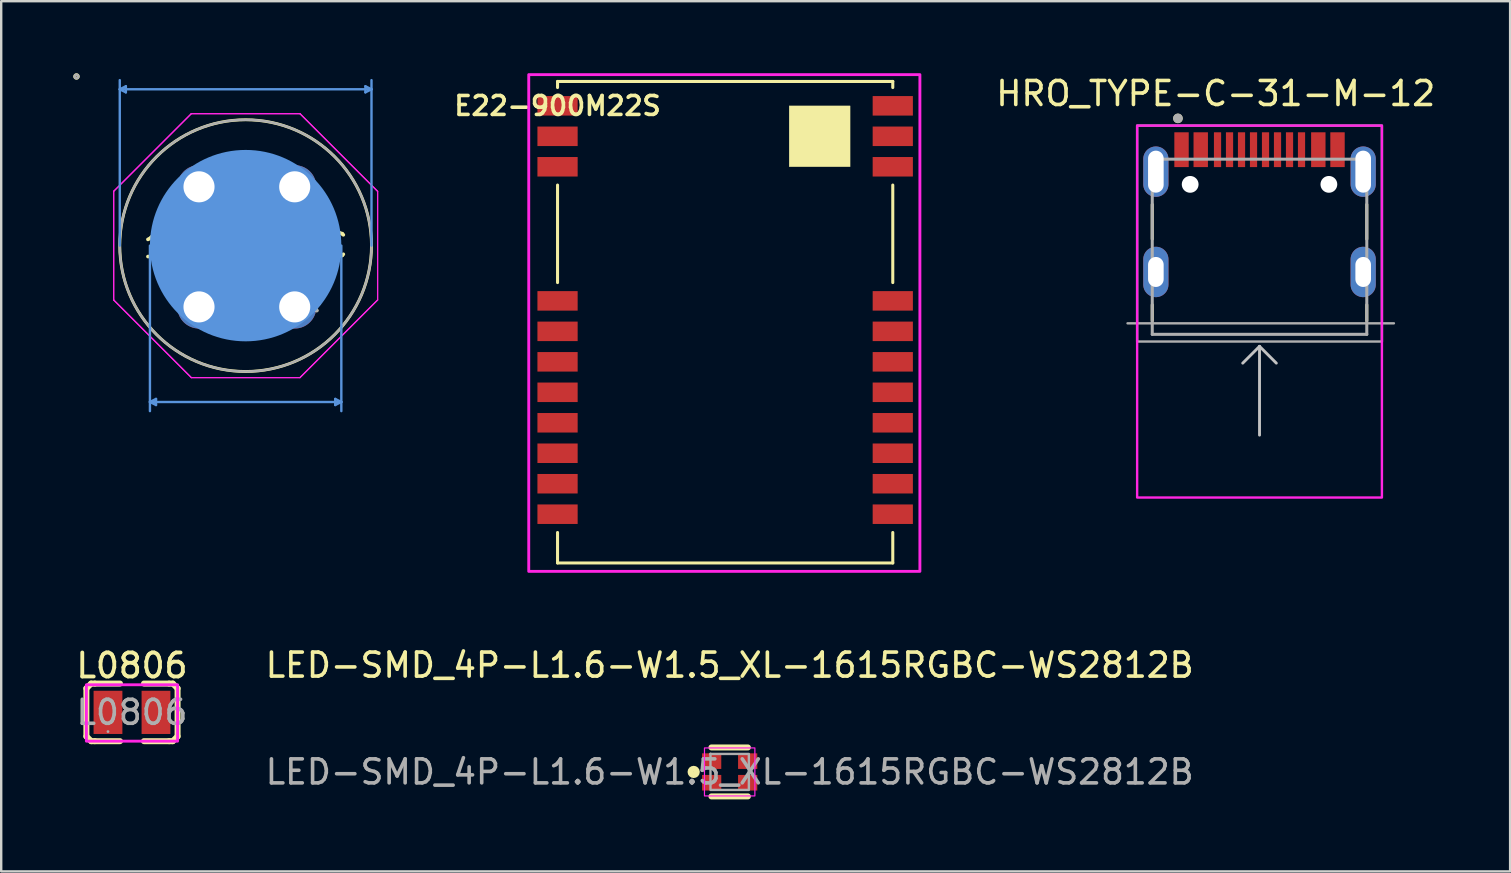
<source format=kicad_pcb>
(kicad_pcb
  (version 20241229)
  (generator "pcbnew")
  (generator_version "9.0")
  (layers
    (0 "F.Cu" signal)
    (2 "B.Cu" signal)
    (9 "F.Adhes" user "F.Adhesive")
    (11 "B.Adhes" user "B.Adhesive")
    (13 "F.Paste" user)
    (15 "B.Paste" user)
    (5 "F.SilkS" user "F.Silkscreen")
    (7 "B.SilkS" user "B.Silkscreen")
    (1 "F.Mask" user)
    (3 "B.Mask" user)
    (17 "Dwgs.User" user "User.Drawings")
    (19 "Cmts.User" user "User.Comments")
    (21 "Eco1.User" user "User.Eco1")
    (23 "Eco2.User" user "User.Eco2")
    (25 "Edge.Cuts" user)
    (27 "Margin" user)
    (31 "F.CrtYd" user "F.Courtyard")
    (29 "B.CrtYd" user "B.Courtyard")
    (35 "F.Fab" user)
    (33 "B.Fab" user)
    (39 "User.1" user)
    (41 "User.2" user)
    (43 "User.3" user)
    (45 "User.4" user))
  (footprint "L0806"
    (layer "F.Cu")
    (at 2.45 26.636)
    (property "Reference" "L0806" (at 0 -1.95 0) (layer "F.SilkS") (effects (font (size 1 1) (thickness 0.16))))
    (attr smd)
    (fp_line (start -1.9 -1) (end -1.9 1) (stroke (width 0.25) (type solid)) (layer "F.SilkS"))
    (fp_line (start -1.7 -1.2) (end -1.9 -1) (stroke (width 0.25) (type solid)) (layer "F.SilkS"))
    (fp_line (start -1.7 1.2) (end -1.9 1) (stroke (width 0.25) (type solid)) (layer "F.SilkS"))
    (fp_line (start -1.55 -1.2) (end -1.7 -1.2) (stroke (width 0.25) (type solid)) (layer "F.SilkS"))
    (fp_line (start -1.55 1.2) (end -1.7 1.2) (stroke (width 0.25) (type solid)) (layer "F.SilkS"))
    (fp_line (start -0.5 -1.2) (end -1.55 -1.2) (stroke (width 0.25) (type solid)) (layer "F.SilkS"))
    (fp_line (start -0.5 1.2) (end -1.55 1.2) (stroke (width 0.25) (type solid)) (layer "F.SilkS"))
    (fp_line (start 0.5 -1.2) (end 1.55 -1.2) (stroke (width 0.25) (type solid)) (layer "F.SilkS"))
    (fp_line (start 0.5 1.2) (end 1.55 1.2) (stroke (width 0.25) (type solid)) (layer "F.SilkS"))
    (fp_line (start 1.55 -1.2) (end 1.7 -1.2) (stroke (width 0.25) (type solid)) (layer "F.SilkS"))
    (fp_line (start 1.55 1.2) (end 1.7 1.2) (stroke (width 0.25) (type solid)) (layer "F.SilkS"))
    (fp_line (start 1.7 -1.2) (end 1.9 -1) (stroke (width 0.25) (type solid)) (layer "F.SilkS"))
    (fp_line (start 1.7 1.2) (end 1.9 1) (stroke (width 0.25) (type solid)) (layer "F.SilkS"))
    (fp_line (start 1.9 -1) (end 1.9 1) (stroke (width 0.25) (type solid)) (layer "F.SilkS"))
    (fp_rect (start -1.9 -1.15) (end 1.9 1.2) (stroke (width 0.12) (type default)) (fill no) (layer "F.CrtYd"))
    (fp_circle (center -1 0.8) (end -0.97 0.8) (stroke (width 0.06) (type solid)) (fill no) (layer "F.Fab"))
    (fp_text user "${REFERENCE}" (at 0 0 0) (layer "F.Fab") (effects (font (size 1 1) (thickness 0.15))))
    (pad "1" smd rect (at -1 0) (size 1.2 1.8) (layers "F.Cu" "F.Mask" "F.Paste"))
    (pad "2" smd rect (at 1 0) (size 1.2 1.8) (layers "F.Cu" "F.Mask" "F.Paste")))
  (footprint "LED-SMD_4P-L1.6-W1.5_XL-1615RGBC-WS2812B"
    (layer "F.Cu")
    (at 27.357 29.118)
    (property "Reference" "LED-SMD_4P-L1.6-W1.5_XL-1615RGBC-WS2812B" (at 0 -4.45 0) (layer "F.SilkS") (effects (font (size 1 1) (thickness 0.15))))
    (attr smd)
    (fp_line (start -0.76 1.02) (end 0.76 1.02) (stroke (width 0.25) (type solid)) (layer "F.SilkS"))
    (fp_line (start 0.76 -1.02) (end -0.76 -1.02) (stroke (width 0.25) (type solid)) (layer "F.SilkS"))
    (fp_circle (center -1.5 0) (end -1.37 0) (stroke (width 0.25) (type solid)) (fill no) (layer "F.SilkS"))
    (fp_rect (start -1.05 -1) (end 1.05 1) (stroke (width 0.05) (type default)) (fill no) (layer "F.CrtYd"))
    (fp_rect (start -0.8 -0.75) (end 0.8 0.75) (stroke (width 0.1) (type default)) (fill no) (layer "F.Fab"))
    (fp_circle (center -0.8 -0.75) (end -0.77 -0.75) (stroke (width 0.06) (type solid)) (fill no) (layer "F.Fab"))
    (fp_text user "${REFERENCE}" (at 0 0 0) (layer "F.Fab") (effects (font (size 1 1) (thickness 0.15))))
    (pad "1" smd rect (at -0.75 -0.45 180) (size 0.8 0.65) (layers "F.Cu" "F.Mask" "F.Paste"))
    (pad "2" smd rect (at 0.75 -0.45 180) (size 0.8 0.65) (layers "F.Cu" "F.Mask" "F.Paste"))
    (pad "3" smd rect (at -0.75 0.45 180) (size 0.8 0.65) (layers "F.Cu" "F.Mask" "F.Paste"))
    (pad "4" smd rect (at 0.75 0.45 180) (size 0.8 0.65) (layers "F.Cu" "F.Mask" "F.Paste")))
  (footprint "12LRS104C"
    (layer "F.Cu")
    (at 10.006 10.006)
    (property "Reference" "12LRS104C" (at -2.82 -2.82 0) (layer "F.SilkS") (effects (font (size 1 1) (thickness 0.15))))
    (attr through_hole)
    (fp_circle (center -9.869 -9.869) (end -9.793 -9.869) (stroke (width 0.12) (type solid)) (fill no) (layer "F.SilkS"))
    (fp_circle (center -2.82 -2.82) (end 2.425 -2.82) (stroke (width 0.12) (type solid)) (fill no) (layer "F.SilkS"))
    (fp_line (start -8.065 -9.335) (end -7.811 -9.462) (stroke (width 0.1) (type solid)) (layer "Cmts.User"))
    (fp_line (start -8.065 -9.335) (end -7.811 -9.208) (stroke (width 0.1) (type solid)) (layer "Cmts.User"))
    (fp_line (start -8.065 -9.335) (end 2.425 -9.335) (stroke (width 0.1) (type solid)) (layer "Cmts.User"))
    (fp_line (start -8.065 -2.82) (end -8.065 -9.716) (stroke (width 0.1) (type solid)) (layer "Cmts.User"))
    (fp_line (start -7.811 -9.462) (end -7.811 -9.208) (stroke (width 0.1) (type solid)) (layer "Cmts.User"))
    (fp_line (start -6.808 -2.82) (end -6.808 4.076) (stroke (width 0.1) (type solid)) (layer "Cmts.User"))
    (fp_line (start -6.808 3.695) (end -6.554 3.568) (stroke (width 0.1) (type solid)) (layer "Cmts.User"))
    (fp_line (start -6.808 3.695) (end -6.554 3.822) (stroke (width 0.1) (type solid)) (layer "Cmts.User"))
    (fp_line (start -6.808 3.695) (end 1.168 3.695) (stroke (width 0.1) (type solid)) (layer "Cmts.User"))
    (fp_line (start -6.554 3.568) (end -6.554 3.822) (stroke (width 0.1) (type solid)) (layer "Cmts.User"))
    (fp_line (start 0.914 3.568) (end 0.914 3.822) (stroke (width 0.1) (type solid)) (layer "Cmts.User"))
    (fp_line (start 1.168 -2.82) (end 1.168 4.076) (stroke (width 0.1) (type solid)) (layer "Cmts.User"))
    (fp_line (start 1.168 3.695) (end 0.914 3.568) (stroke (width 0.1) (type solid)) (layer "Cmts.User"))
    (fp_line (start 1.168 3.695) (end 0.914 3.822) (stroke (width 0.1) (type solid)) (layer "Cmts.User"))
    (fp_line (start 2.171 -9.462) (end 2.171 -9.208) (stroke (width 0.1) (type solid)) (layer "Cmts.User"))
    (fp_line (start 2.425 -9.335) (end 2.171 -9.462) (stroke (width 0.1) (type solid)) (layer "Cmts.User"))
    (fp_line (start 2.425 -9.335) (end 2.171 -9.208) (stroke (width 0.1) (type solid)) (layer "Cmts.User"))
    (fp_line (start 2.425 -2.82) (end 2.425 -9.716) (stroke (width 0.1) (type solid)) (layer "Cmts.User"))
    (fp_circle (center -2.82 -2.82) (end 1.168 -2.82) (stroke (width 0) (type solid)) (fill yes) (layer "Cmts.User"))
    (fp_line (start -8.319 -5.084) (end -5.084 -8.319) (stroke (width 0.05) (type solid)) (layer "F.CrtYd"))
    (fp_line (start -8.319 -5.084) (end -5.084 -8.319) (stroke (width 0.05) (type solid)) (layer "F.CrtYd"))
    (fp_line (start -8.319 -0.555) (end -8.319 -5.084) (stroke (width 0.05) (type solid)) (layer "F.CrtYd"))
    (fp_line (start -8.319 -0.555) (end -8.319 -5.084) (stroke (width 0.05) (type solid)) (layer "F.CrtYd"))
    (fp_line (start -5.084 -8.319) (end -0.555 -8.319) (stroke (width 0.05) (type solid)) (layer "F.CrtYd"))
    (fp_line (start -5.084 -8.319) (end -0.555 -8.319) (stroke (width 0.05) (type solid)) (layer "F.CrtYd"))
    (fp_line (start -5.084 2.679) (end -8.319 -0.555) (stroke (width 0.05) (type solid)) (layer "F.CrtYd"))
    (fp_line (start -5.084 2.679) (end -8.319 -0.555) (stroke (width 0.05) (type solid)) (layer "F.CrtYd"))
    (fp_line (start -0.555 -8.319) (end 2.679 -5.084) (stroke (width 0.05) (type solid)) (layer "F.CrtYd"))
    (fp_line (start -0.555 -8.319) (end 2.679 -5.084) (stroke (width 0.05) (type solid)) (layer "F.CrtYd"))
    (fp_line (start -0.555 2.679) (end -5.084 2.679) (stroke (width 0.05) (type solid)) (layer "F.CrtYd"))
    (fp_line (start -0.555 2.679) (end -5.084 2.679) (stroke (width 0.05) (type solid)) (layer "F.CrtYd"))
    (fp_line (start 2.679 -5.084) (end 2.679 -0.555) (stroke (width 0.05) (type solid)) (layer "F.CrtYd"))
    (fp_line (start 2.679 -5.084) (end 2.679 -0.555) (stroke (width 0.05) (type solid)) (layer "F.CrtYd"))
    (fp_line (start 2.679 -0.555) (end -0.555 2.679) (stroke (width 0.05) (type solid)) (layer "F.CrtYd"))
    (fp_line (start 2.679 -0.555) (end -0.555 2.679) (stroke (width 0.05) (type solid)) (layer "F.CrtYd"))
    (fp_circle (center -9.869 -9.869) (end -9.793 -9.869) (stroke (width 0.1) (type solid)) (fill no) (layer "F.Fab"))
    (fp_circle (center -2.82 -2.82) (end 2.425 -2.82) (stroke (width 0.1) (type solid)) (fill no) (layer "F.Fab"))
    (fp_text user "*" (at 0 0 0) (layer "F.SilkS") (effects (font (size 1 1) (thickness 0.15))))
    (fp_text user "Copyright 2021 Accelerated Designs. All rights reserved." (at 0 0 0) (layer "Cmts.User") (effects (font (size 0.127 0.127) (thickness 0.002))))
    (fp_text user "*" (at 0 0 0) (layer "F.Fab") (effects (font (size 1 1) (thickness 0.15))))
    (pad "1" thru_hole circle (at -4.763 -5.271) (size 1.803 1.803) (drill 1.295) (layers "*.Cu" "*.Mask"))
    (pad "2" thru_hole circle (at -4.763 -0.267 90) (size 1.803 1.803) (drill 1.295) (layers "*.Cu" "*.Mask"))
    (pad "3" thru_hole circle (at -0.775 -0.267) (size 1.803 1.803) (drill 1.295) (layers "*.Cu" "*.Mask"))
    (pad "4" thru_hole circle (at -0.775 -5.271 90) (size 1.803 1.803) (drill 1.295) (layers "*.Cu" "*.Mask")))
  (footprint "HRO_TYPE-C-31-M-12"
    (layer "F.Cu")
    (at 49.437 5.813)
    (property "Reference" "HRO_TYPE-C-31-M-12" (at -1.825 -4.965 0) (layer "F.SilkS") (effects (font (size 1 1) (thickness 0.15))))
    (attr through_hole)
    (fp_line (start -4.47 -0.34) (end -4.47 1.1) (stroke (width 0.127) (type solid)) (layer "F.SilkS"))
    (fp_line (start -4.47 4.5) (end -4.47 3.84) (stroke (width 0.127) (type solid)) (layer "F.SilkS"))
    (fp_line (start 4.47 -0.34) (end 4.47 1.1) (stroke (width 0.127) (type solid)) (layer "F.SilkS"))
    (fp_line (start 4.47 3.84) (end 4.47 4.5) (stroke (width 0.127) (type solid)) (layer "F.SilkS"))
    (fp_circle (center -3.4 -3.93) (end -3.3 -3.93) (stroke (width 0.2) (type solid)) (fill no) (layer "F.SilkS"))
    (fp_line (start 0 5.57) (end -0.7 6.27) (stroke (width 0.12) (type default)) (layer "Dwgs.User"))
    (fp_line (start 0 5.57) (end 0.7 6.27) (stroke (width 0.12) (type default)) (layer "Dwgs.User"))
    (fp_line (start 0 9.27) (end 0 5.57) (stroke (width 0.12) (type default)) (layer "Dwgs.User"))
    (fp_rect (start -5.1 -3.63) (end 5.1 11.87) (stroke (width 0.1) (type default)) (fill no) (layer "F.CrtYd"))
    (fp_line (start -5.5 4.61) (end 5.6 4.61) (stroke (width 0.1) (type default)) (layer "F.Fab"))
    (fp_line (start -4.47 -2.23) (end -4.47 5.07) (stroke (width 0.127) (type solid)) (layer "F.Fab"))
    (fp_line (start -4.47 5.07) (end 4.47 5.07) (stroke (width 0.127) (type solid)) (layer "F.Fab"))
    (fp_line (start 4.47 -2.23) (end -4.47 -2.23) (stroke (width 0.127) (type solid)) (layer "F.Fab"))
    (fp_line (start 4.47 5.07) (end 4.47 -2.23) (stroke (width 0.127) (type solid)) (layer "F.Fab"))
    (fp_rect (start -5.1 -3.63) (end 5.1 5.37) (stroke (width 0.1) (type default)) (fill no) (layer "F.Fab"))
    (fp_circle (center -3.4 -3.93) (end -3.3 -3.93) (stroke (width 0.2) (type solid)) (fill no) (layer "F.Fab"))
    (pad "" np_thru_hole circle (at -2.89 -1.18) (size 0.7 0.7) (drill 0.7) (layers "*.Cu" "*.Mask"))
    (pad "" np_thru_hole circle (at 2.89 -1.18) (size 0.7 0.7) (drill 0.7) (layers "*.Cu" "*.Mask"))
    (pad "A1B12" smd rect (at -3.25 -2.625) (size 0.6 1.45) (layers "F.Cu" "F.Mask" "F.Paste"))
    (pad "A4B9" smd rect (at -2.45 -2.625) (size 0.6 1.45) (layers "F.Cu" "F.Mask" "F.Paste"))
    (pad "A5" smd rect (at -1.25 -2.625) (size 0.3 1.45) (layers "F.Cu" "F.Mask" "F.Paste"))
    (pad "A6" smd rect (at -0.25 -2.625) (size 0.3 1.45) (layers "F.Cu" "F.Mask" "F.Paste"))
    (pad "A7" smd rect (at 0.25 -2.625) (size 0.3 1.45) (layers "F.Cu" "F.Mask" "F.Paste"))
    (pad "A8" smd rect (at 1.25 -2.625) (size 0.3 1.45) (layers "F.Cu" "F.Mask" "F.Paste"))
    (pad "B1A12" smd rect (at 3.25 -2.625) (size 0.6 1.45) (layers "F.Cu" "F.Mask" "F.Paste"))
    (pad "B4A9" smd rect (at 2.45 -2.625) (size 0.6 1.45) (layers "F.Cu" "F.Mask" "F.Paste"))
    (pad "B5" smd rect (at 1.75 -2.625) (size 0.3 1.45) (layers "F.Cu" "F.Mask" "F.Paste"))
    (pad "B6" smd rect (at 0.75 -2.625) (size 0.3 1.45) (layers "F.Cu" "F.Mask" "F.Paste"))
    (pad "B7" smd rect (at -0.75 -2.625) (size 0.3 1.45) (layers "F.Cu" "F.Mask" "F.Paste"))
    (pad "B8" smd rect (at -1.75 -2.625) (size 0.3 1.45) (layers "F.Cu" "F.Mask" "F.Paste"))
    (pad "S1" thru_hole oval (at -4.32 -1.71) (size 1.05 2.1) (drill oval 0.65 1.75) (layers "*.Cu" "*.Mask"))
    (pad "S2" thru_hole oval (at 4.32 -1.71) (size 1.05 2.1) (drill oval 0.65 1.75) (layers "*.Cu" "*.Mask"))
    (pad "S3" thru_hole oval (at -4.32 2.47) (size 1.05 2.1) (drill oval 0.65 1.25) (layers "*.Cu" "*.Mask"))
    (pad "S4" thru_hole oval (at 4.32 2.47) (size 1.05 2.1) (drill oval 0.65 1.25) (layers "*.Cu" "*.Mask")))
  (footprint "E22-900M22S"
    (layer "F.Cu")
    (at 20.184 1.36)
    (property "Reference" "E22-900M22S" (at 0 0 0) (layer "F.SilkS") (effects (font (size 0.787 0.787) (thickness 0.15))))
    (attr smd)
    (fp_line (start 0 -1.016) (end 0 -0.762) (stroke (width 0.127) (type solid)) (layer "F.SilkS"))
    (fp_line (start 0 -1.016) (end 13.97 -1.016) (stroke (width 0.127) (type solid)) (layer "F.SilkS"))
    (fp_line (start 0 3.302) (end 0 7.366) (stroke (width 0.127) (type solid)) (layer "F.SilkS"))
    (fp_line (start 0 17.78) (end 0 19.05) (stroke (width 0.127) (type solid)) (layer "F.SilkS"))
    (fp_line (start 0 19.05) (end 13.97 19.05) (stroke (width 0.127) (type solid)) (layer "F.SilkS"))
    (fp_line (start 13.97 -1.016) (end 13.97 -0.762) (stroke (width 0.127) (type solid)) (layer "F.SilkS"))
    (fp_line (start 13.97 3.302) (end 13.97 7.366) (stroke (width 0.127) (type solid)) (layer "F.SilkS"))
    (fp_line (start 13.97 19.05) (end 13.97 17.78) (stroke (width 0.127) (type solid)) (layer "F.SilkS"))
    (fp_poly (pts (xy 9.652 0) (xy 12.192 0) (xy 12.192 2.54) (xy 9.652 2.54)) (stroke (width 0.01) (type solid)) (fill yes) (layer "F.SilkS"))
    (fp_rect (start -1.2 -1.3) (end 15.1 19.4) (stroke (width 0.12) (type default)) (fill no) (layer "F.CrtYd"))
    (pad "1" smd rect (at 0 0) (size 1.676 0.813) (layers "F.Cu" "F.Mask" "F.Paste"))
    (pad "2" smd rect (at 0 1.27) (size 1.676 0.813) (layers "F.Cu" "F.Mask" "F.Paste"))
    (pad "3" smd rect (at 0 2.54) (size 1.676 0.813) (layers "F.Cu" "F.Mask" "F.Paste"))
    (pad "4" smd rect (at 0 8.128) (size 1.676 0.813) (layers "F.Cu" "F.Mask" "F.Paste"))
    (pad "5" smd rect (at 0 9.398) (size 1.676 0.813) (layers "F.Cu" "F.Mask" "F.Paste"))
    (pad "6" smd rect (at 0 10.668) (size 1.676 0.813) (layers "F.Cu" "F.Mask" "F.Paste"))
    (pad "7" smd rect (at 0 11.938) (size 1.676 0.813) (layers "F.Cu" "F.Mask" "F.Paste"))
    (pad "8" smd rect (at 0 13.208) (size 1.676 0.813) (layers "F.Cu" "F.Mask" "F.Paste"))
    (pad "9" smd rect (at 0 14.478) (size 1.676 0.813) (layers "F.Cu" "F.Mask" "F.Paste"))
    (pad "10" smd rect (at 0 15.748) (size 1.676 0.813) (layers "F.Cu" "F.Mask" "F.Paste"))
    (pad "11" smd rect (at 0 17.018) (size 1.676 0.813) (layers "F.Cu" "F.Mask" "F.Paste"))
    (pad "12" smd rect (at 13.97 17.018) (size 1.676 0.813) (layers "F.Cu" "F.Mask" "F.Paste"))
    (pad "13" smd rect (at 13.97 15.748) (size 1.676 0.813) (layers "F.Cu" "F.Mask" "F.Paste"))
    (pad "14" smd rect (at 13.97 14.478) (size 1.676 0.813) (layers "F.Cu" "F.Mask" "F.Paste"))
    (pad "15" smd rect (at 13.97 13.208) (size 1.676 0.813) (layers "F.Cu" "F.Mask" "F.Paste"))
    (pad "16" smd rect (at 13.97 11.938) (size 1.676 0.813) (layers "F.Cu" "F.Mask" "F.Paste"))
    (pad "17" smd rect (at 13.97 10.668) (size 1.676 0.813) (layers "F.Cu" "F.Mask" "F.Paste"))
    (pad "18" smd rect (at 13.97 9.398) (size 1.676 0.813) (layers "F.Cu" "F.Mask" "F.Paste"))
    (pad "19" smd rect (at 13.97 8.128) (size 1.676 0.813) (layers "F.Cu" "F.Mask" "F.Paste"))
    (pad "20" smd rect (at 13.97 2.54) (size 1.676 0.813) (layers "F.Cu" "F.Mask" "F.Paste"))
    (pad "21" smd rect (at 13.97 1.27) (size 1.676 0.813) (layers "F.Cu" "F.Mask" "F.Paste"))
    (pad "22" smd rect (at 13.97 0) (size 1.676 0.813) (layers "F.Cu" "F.Mask" "F.Paste")))
  (gr_rect
    (start -3 -3)
    (end 59.88 33.263)
    (stroke (width 0.1) (type default))
    (fill no)
    (layer "Edge.Cuts")))
</source>
